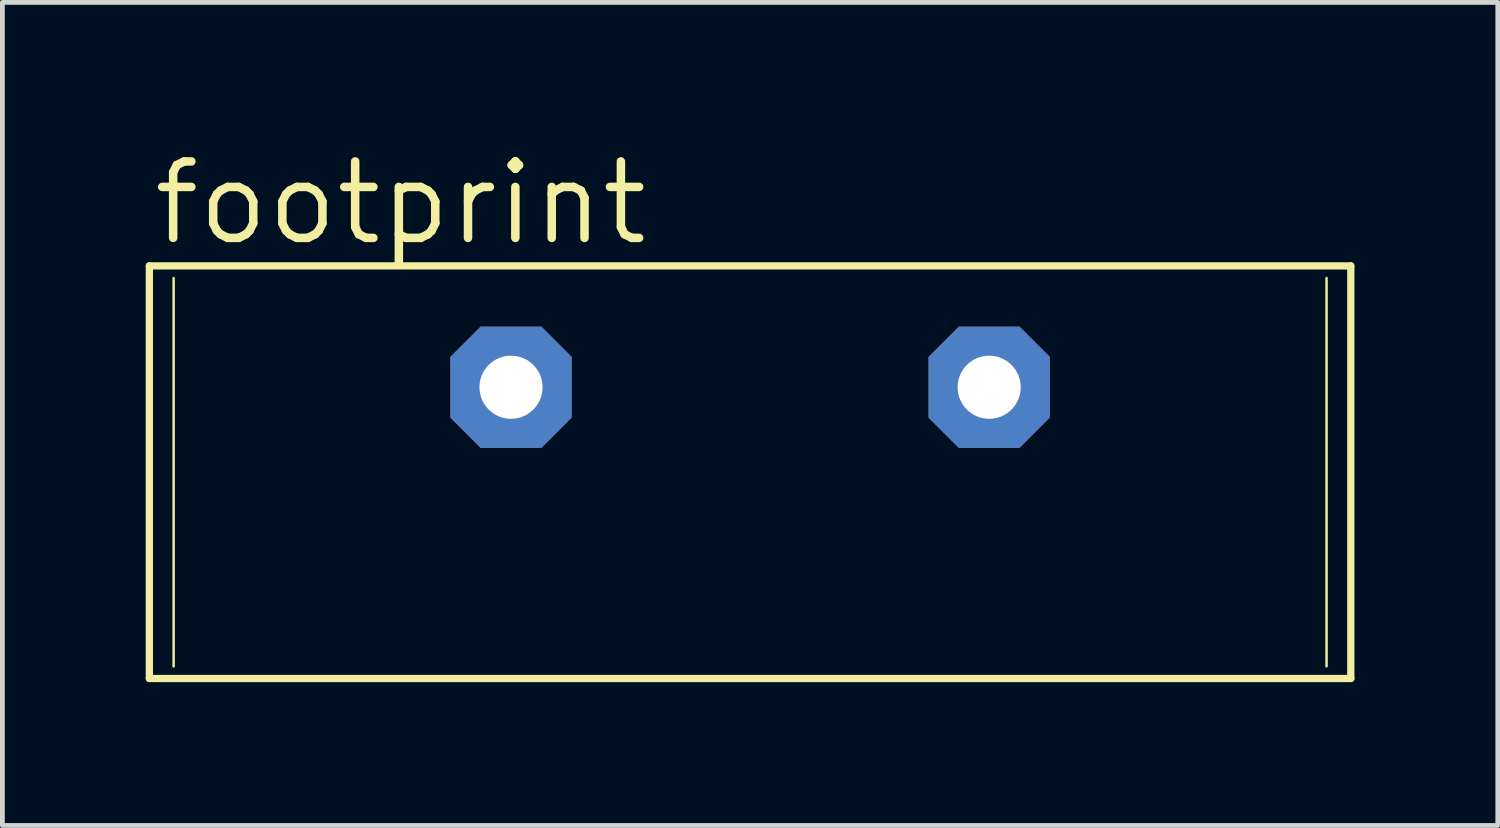
<source format=kicad_pcb>
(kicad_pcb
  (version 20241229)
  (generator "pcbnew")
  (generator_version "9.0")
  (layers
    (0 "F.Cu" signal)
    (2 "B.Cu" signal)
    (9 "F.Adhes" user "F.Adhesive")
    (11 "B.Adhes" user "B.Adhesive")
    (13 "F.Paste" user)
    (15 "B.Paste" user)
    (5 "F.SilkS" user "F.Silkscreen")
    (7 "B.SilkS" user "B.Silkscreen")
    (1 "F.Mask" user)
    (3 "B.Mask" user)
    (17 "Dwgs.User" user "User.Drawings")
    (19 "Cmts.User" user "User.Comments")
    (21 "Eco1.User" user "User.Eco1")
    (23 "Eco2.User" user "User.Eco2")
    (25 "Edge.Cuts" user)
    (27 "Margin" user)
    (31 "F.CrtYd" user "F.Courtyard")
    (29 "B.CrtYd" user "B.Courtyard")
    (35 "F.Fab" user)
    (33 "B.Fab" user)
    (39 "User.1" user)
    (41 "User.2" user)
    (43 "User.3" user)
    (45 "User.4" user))
  (footprint "footprint"
    (layer "F.Cu")
    (at 12.649 5.055)
    (property "Reference" "footprint" (at -12.573 -2.921 0) (layer "F.SilkS") (effects (font (size 1.6 1.6) (thickness 0.178)) (justify left bottom)))
    (fp_line (start -12.573 -2.54) (end -12.573 6.096) (stroke (width 0.152) (type solid)) (layer "F.SilkS"))
    (fp_line (start -12.573 -2.54) (end 12.573 -2.54) (stroke (width 0.152) (type solid)) (layer "F.SilkS"))
    (fp_line (start -12.573 6.096) (end 12.573 6.096) (stroke (width 0.152) (type solid)) (layer "F.SilkS"))
    (fp_line (start -12.065 -2.286) (end -12.065 5.842) (stroke (width 0.051) (type solid)) (layer "F.SilkS"))
    (fp_line (start 12.065 -2.286) (end 12.065 5.842) (stroke (width 0.051) (type solid)) (layer "F.SilkS"))
    (fp_line (start 12.573 6.096) (end 12.573 -2.54) (stroke (width 0.152) (type solid)) (layer "F.SilkS"))
    (pad "1" thru_hole roundrect (at -5.004 0) (size 2.54 2.54) (drill 1.321) (layers "*.Cu" "*.Mask") (roundrect_rratio 0.25) (chamfer_ratio 0.25) (chamfer top_left top_right bottom_left bottom_right))
    (pad "2" thru_hole roundrect (at 5.004 0) (size 2.54 2.54) (drill 1.321) (layers "*.Cu" "*.Mask") (roundrect_rratio 0.25) (chamfer_ratio 0.25) (chamfer top_left top_right bottom_left bottom_right)))
  (gr_rect
    (start -3 -3)
    (end 28.298 14.227)
    (stroke (width 0.1) (type default))
    (fill no)
    (layer "Edge.Cuts")))
</source>
